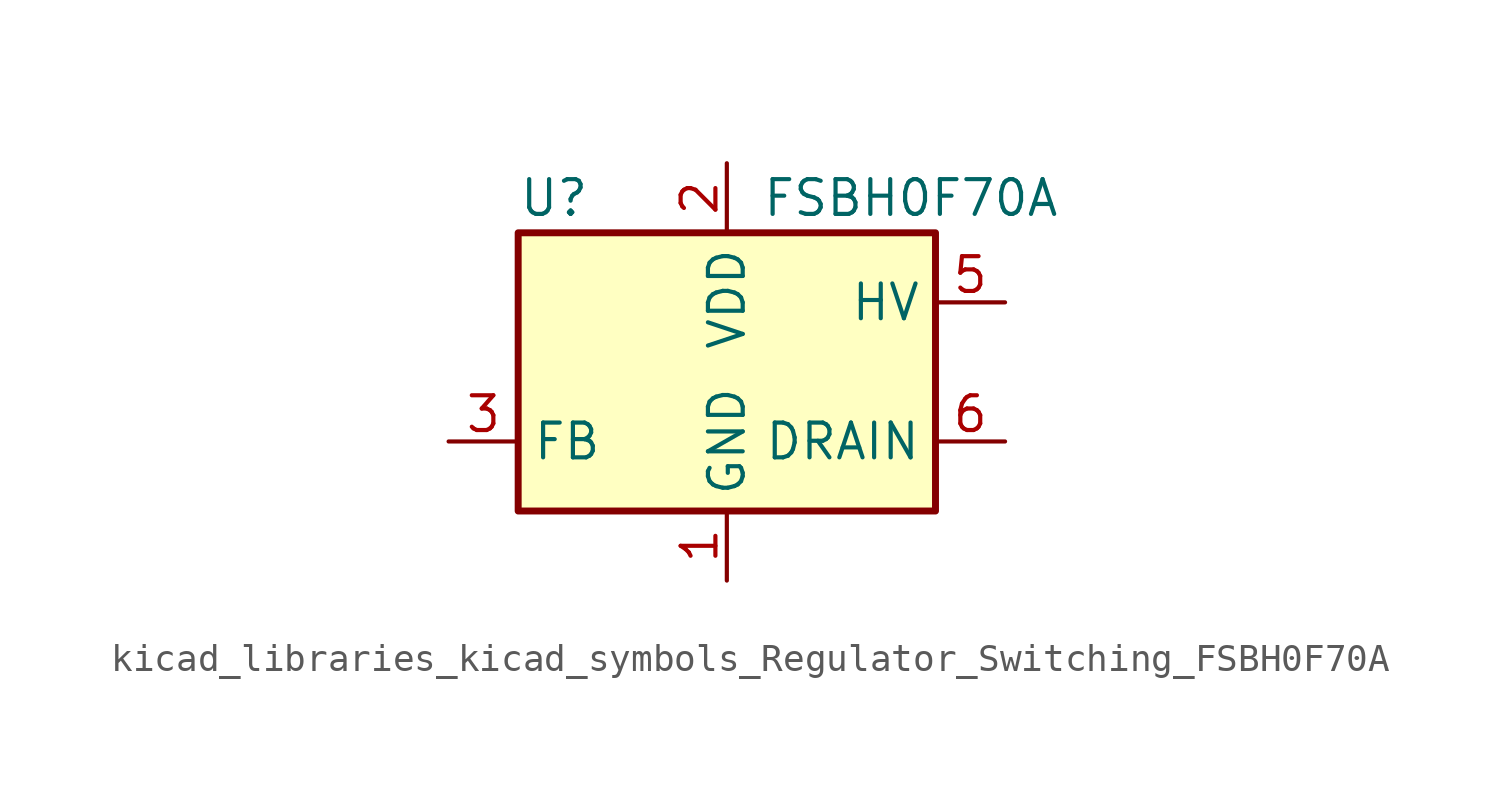
<source format=kicad_sym>
(kicad_symbol_lib
  (version 20220914)
  (generator kicad_symbol_editor)
  (symbol "kicad_libraries_kicad_symbols_Regulator_Switching_FSBH0F70A"
    (property "Reference" "U"
      (at -7.62 6.35 0)
      (effects (font (size 1.27 1.27)) (justify left)))
    (property "Value" "FSBH0F70A"
      (at 1.27 6.35 0)
      (effects (font (size 1.27 1.27)) (justify left)))
    (symbol "kicad_libraries_kicad_symbols_Regulator_Switching_FSBH0F70A_0_1"
      (rectangle (start -7.62 5.08) (end 7.62 -5.08) (stroke (width 0.254) (type default)) (fill (type background))))
    (symbol "kicad_libraries_kicad_symbols_Regulator_Switching_FSBH0F70A_1_1"
      (pin power_in line (at 0 -7.62 90) (length 2.54) (name "GND" (effects (font (size 1.27 1.27)))) (number "1" (effects (font (size 1.27 1.27)))))
      (pin power_in line (at 0 7.62 270) (length 2.54) (name "VDD" (effects (font (size 1.27 1.27)))) (number "2" (effects (font (size 1.27 1.27)))))
      (pin input line (at -10.16 -2.54 0) (length 2.54) (name "FB" (effects (font (size 1.27 1.27)))) (number "3" (effects (font (size 1.27 1.27)))))
      (pin no_connect line (at -7.62 2.54 0) (length 2.54) hide (name "NC" (effects (font (size 1.27 1.27)))) (number "4" (effects (font (size 1.27 1.27)))))
      (pin input line (at 10.16 2.54 180) (length 2.54) (name "HV" (effects (font (size 1.27 1.27)))) (number "5" (effects (font (size 1.27 1.27)))))
      (pin open_collector line (at 10.16 -2.54 180) (length 2.54) (name "DRAIN" (effects (font (size 1.27 1.27)))) (number "6" (effects (font (size 1.27 1.27)))))
      (pin open_collector line (at 10.16 -2.54 180) (length 2.54) hide (name "DRAIN" (effects (font (size 1.27 1.27)))) (number "7" (effects (font (size 1.27 1.27)))))
      (pin open_collector line (at 10.16 -2.54 180) (length 2.54) hide (name "DRAIN" (effects (font (size 1.27 1.27)))) (number "8" (effects (font (size 1.27 1.27))))))))
</source>
